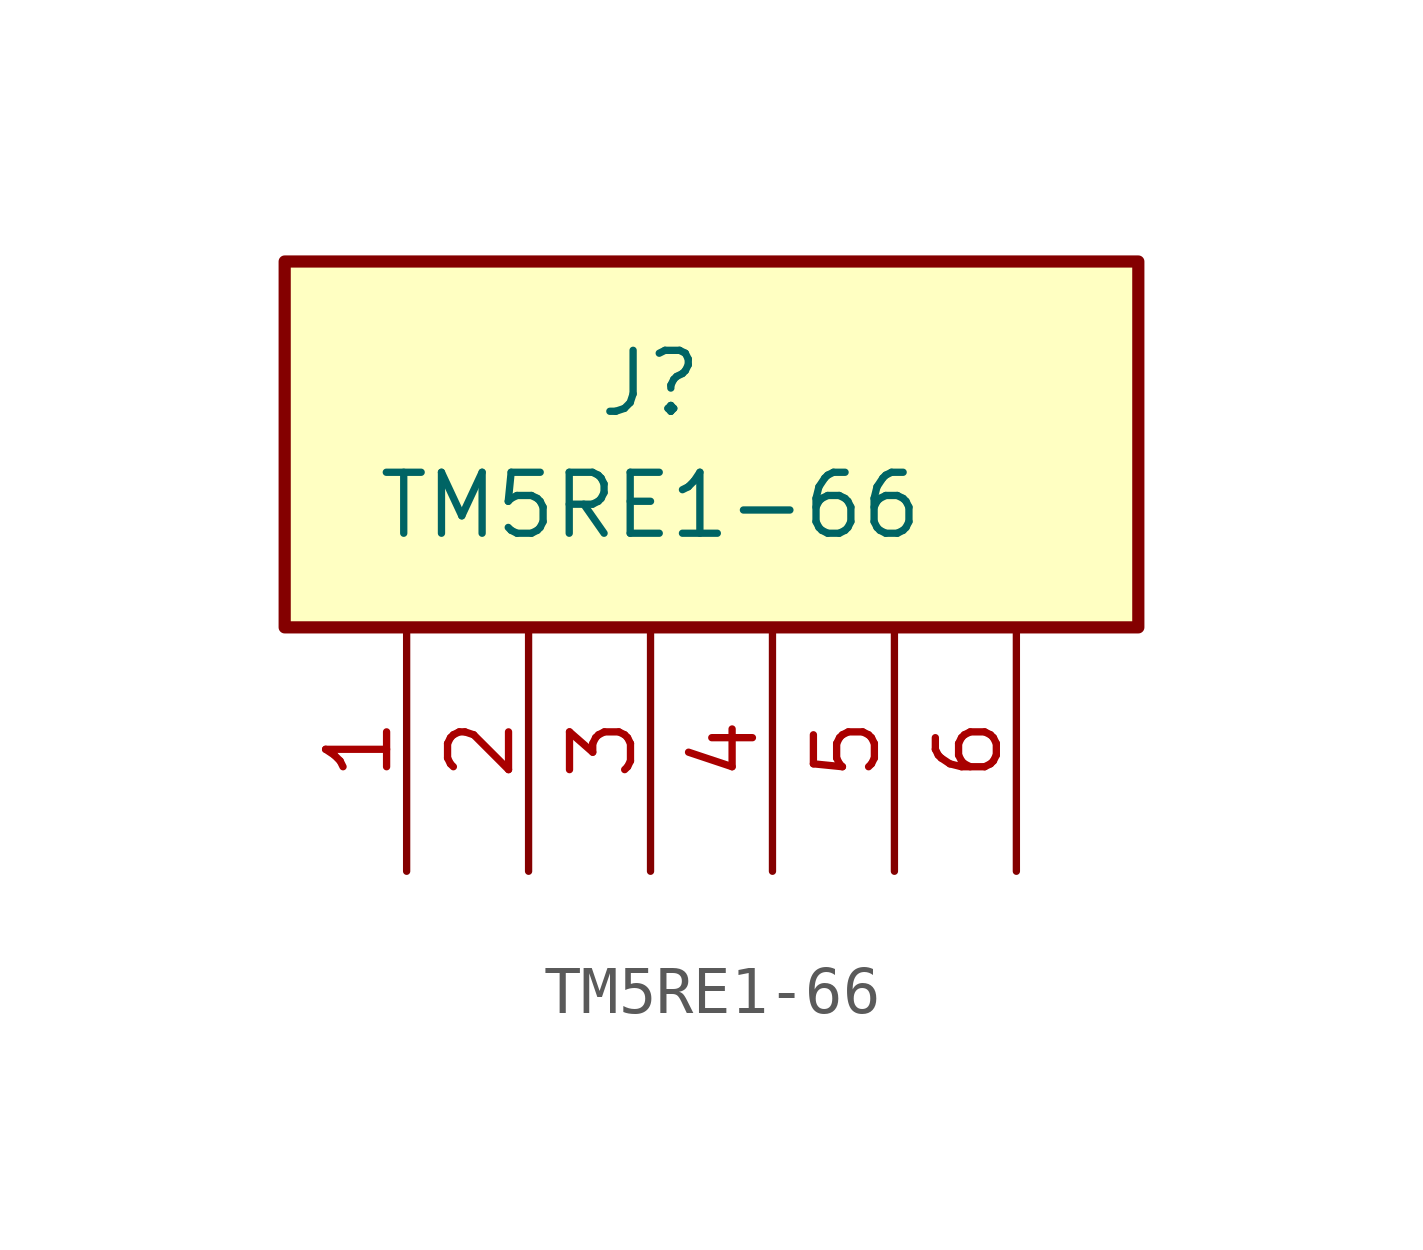
<source format=kicad_sym>
(kicad_symbol_lib
  (version 20220914)
  (generator kicad_symbol_editor)
  (symbol "TM5RE1-66"
    (pin_names
      (offset 0) hide)
    (property "Reference" "J"
      (at 5.08 10.16 0)
      (effects (font (size 1.27 1.27))))
    (property "Value" "TM5RE1-66"
      (at 5.08 7.62 0)
      (effects (font (size 1.27 1.27))))
    (symbol "TM5RE1-66_1_1"
      (rectangle (start -2.54 12.7) (end 15.24 5.08) (stroke (width 0.254) (type default)) (fill (type background)))
      (pin passive line (at 0 0 90) (length 5.08) (name "1" (effects (font (size 1.27 1.27)))) (number "1" (effects (font (size 1.27 1.27)))))
      (pin passive line (at 2.54 0 90) (length 5.08) (name "2" (effects (font (size 1.27 1.27)))) (number "2" (effects (font (size 1.27 1.27)))))
      (pin passive line (at 5.08 0 90) (length 5.08) (name "3" (effects (font (size 1.27 1.27)))) (number "3" (effects (font (size 1.27 1.27)))))
      (pin passive line (at 7.62 0 90) (length 5.08) (name "4" (effects (font (size 1.27 1.27)))) (number "4" (effects (font (size 1.27 1.27)))))
      (pin passive line (at 10.16 0 90) (length 5.08) (name "5" (effects (font (size 1.27 1.27)))) (number "5" (effects (font (size 1.27 1.27)))))
      (pin passive line (at 12.7 0 90) (length 5.08) (name "6" (effects (font (size 1.27 1.27)))) (number "6" (effects (font (size 1.27 1.27))))))))
</source>
